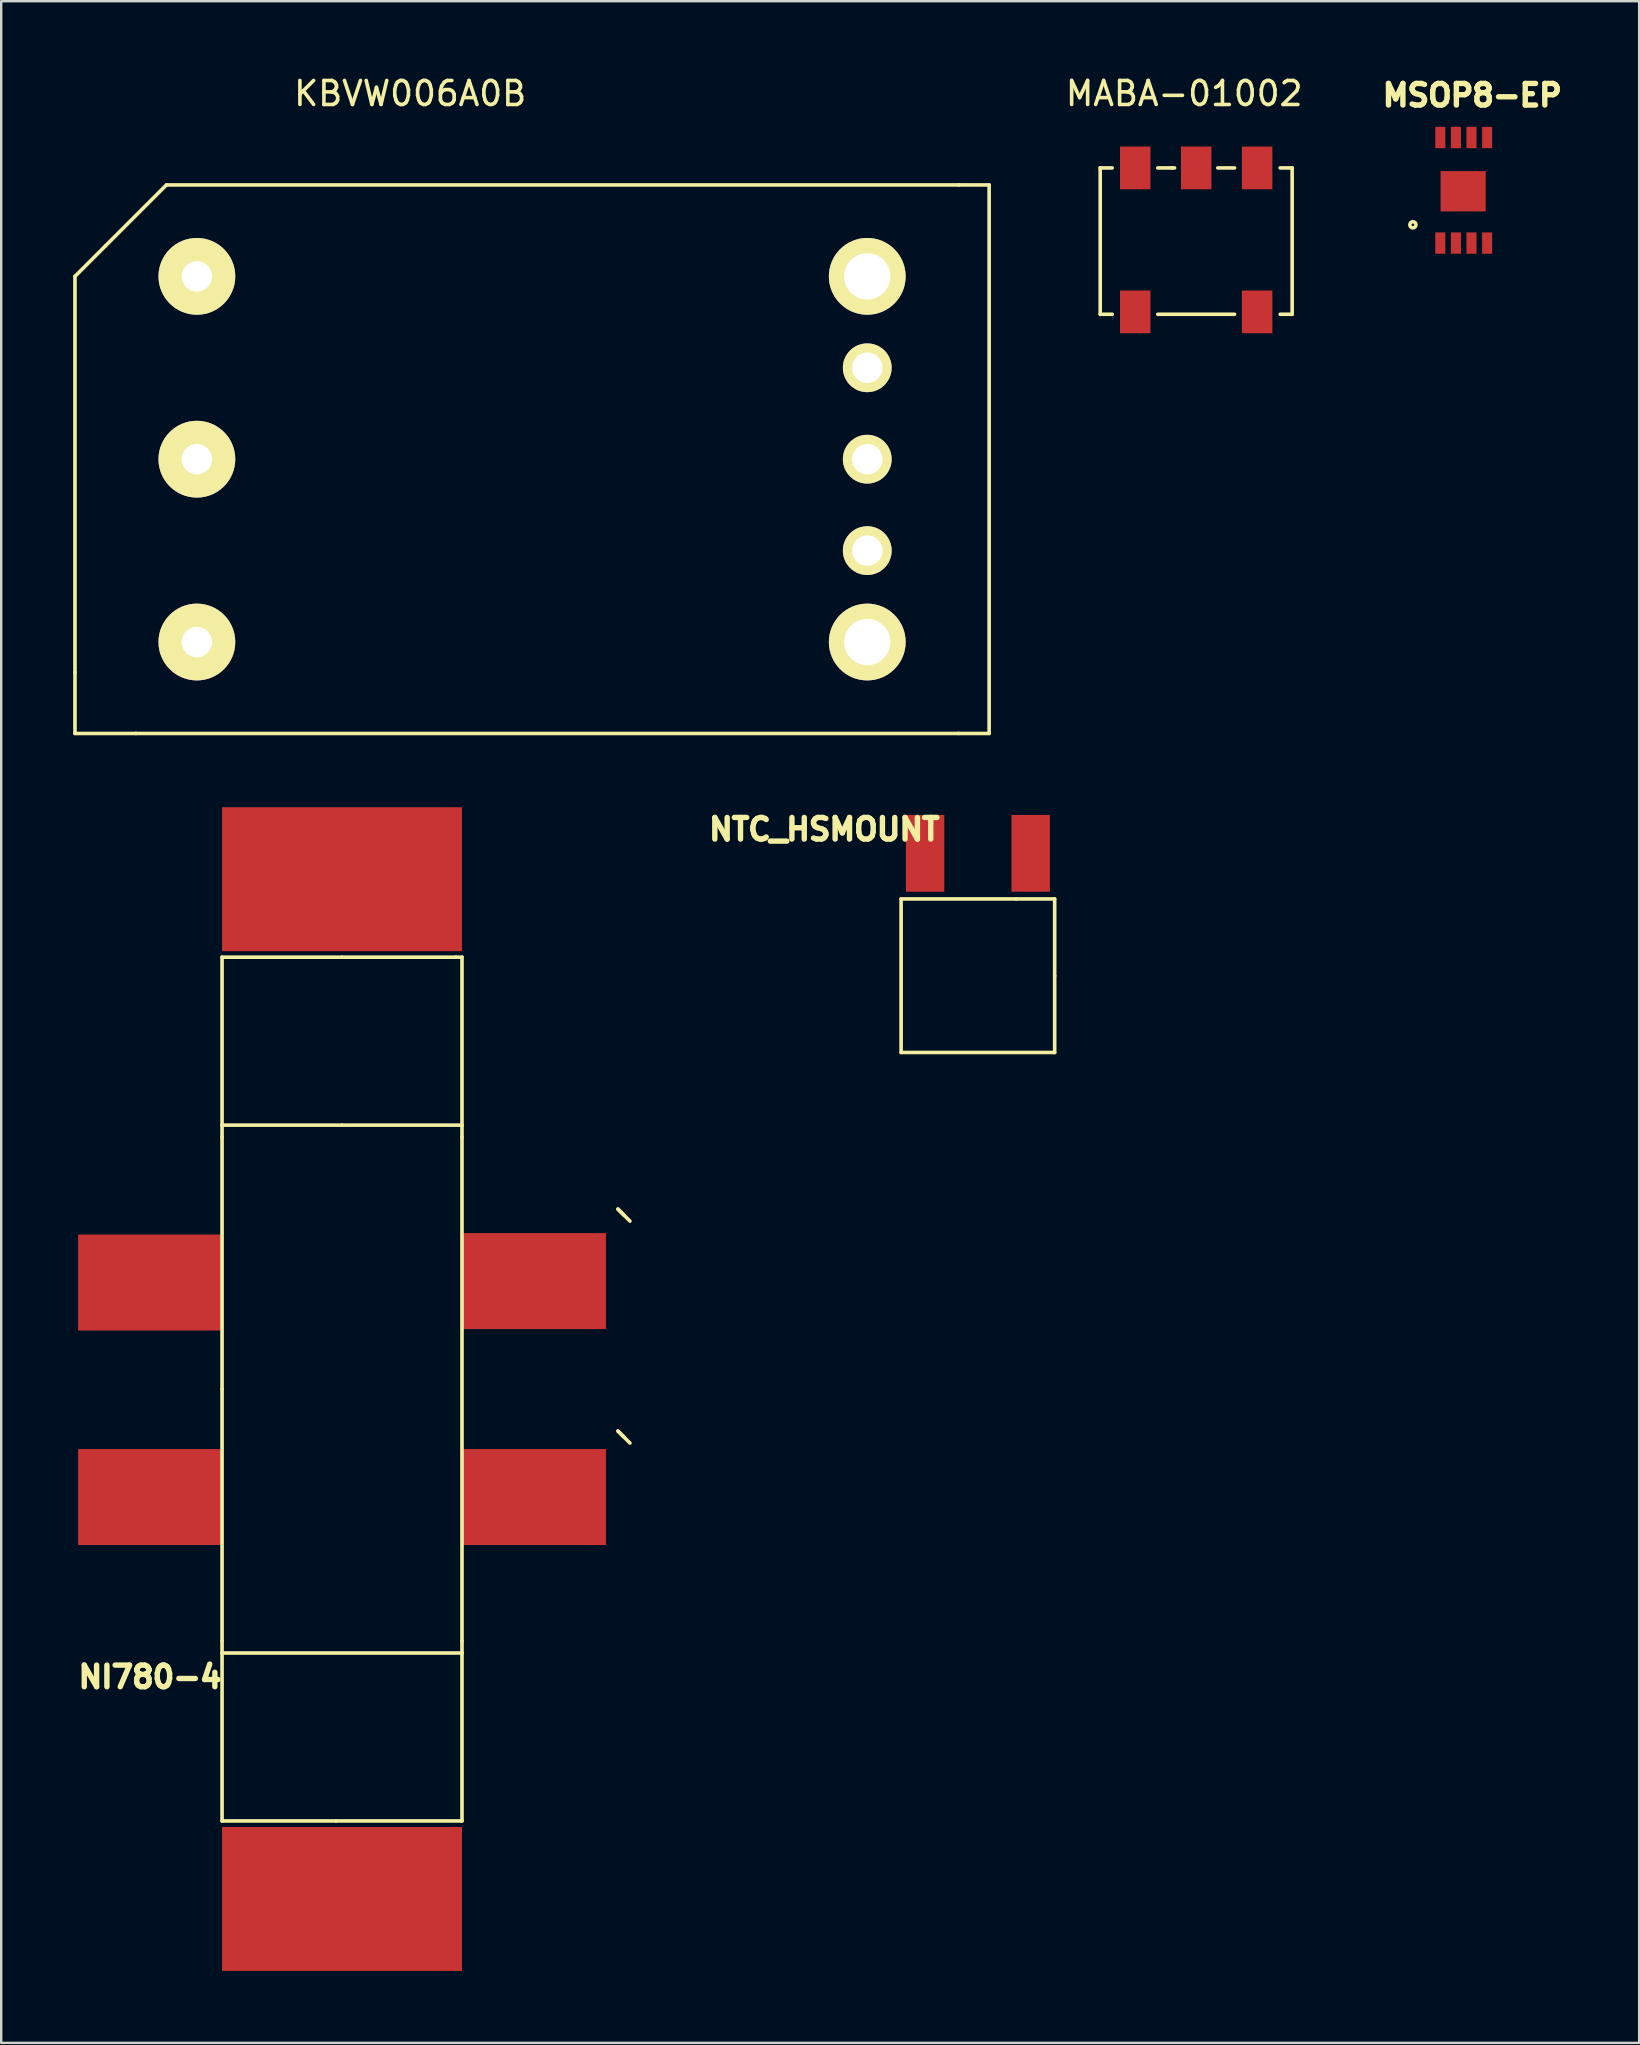
<source format=kicad_pcb>
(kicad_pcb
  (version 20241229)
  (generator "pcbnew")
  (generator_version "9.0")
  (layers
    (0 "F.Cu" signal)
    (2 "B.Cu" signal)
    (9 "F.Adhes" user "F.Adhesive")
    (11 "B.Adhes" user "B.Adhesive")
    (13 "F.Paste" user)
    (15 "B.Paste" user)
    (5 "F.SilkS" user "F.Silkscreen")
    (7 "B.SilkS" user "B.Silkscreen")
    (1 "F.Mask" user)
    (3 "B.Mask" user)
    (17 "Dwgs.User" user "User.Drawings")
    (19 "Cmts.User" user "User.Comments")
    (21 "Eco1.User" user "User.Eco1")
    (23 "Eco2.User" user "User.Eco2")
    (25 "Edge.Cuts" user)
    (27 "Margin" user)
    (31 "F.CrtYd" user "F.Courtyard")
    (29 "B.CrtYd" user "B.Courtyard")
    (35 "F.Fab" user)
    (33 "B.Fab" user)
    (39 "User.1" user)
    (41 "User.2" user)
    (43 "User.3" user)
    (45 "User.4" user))
  (footprint "NI780-4"
    (layer "F.Cu")
    (at 11.205 54.843)
    (property "Reference" "NI780-4" (at -8 12 0) (layer "F.SilkS") (effects (font (size 0.9 0.9) (thickness 0.225))))
    (attr through_hole)
    (fp_line (start -5 -18) (end -5 -11) (stroke (width 0.15) (type solid)) (layer "F.SilkS"))
    (fp_line (start -5 -11) (end -5 -10.5) (stroke (width 0.15) (type solid)) (layer "F.SilkS"))
    (fp_line (start -5 -10.5) (end -5 0) (stroke (width 0.15) (type solid)) (layer "F.SilkS"))
    (fp_line (start -5 0) (end -5 10.5) (stroke (width 0.15) (type solid)) (layer "F.SilkS"))
    (fp_line (start -5 10.5) (end -5 11) (stroke (width 0.15) (type solid)) (layer "F.SilkS"))
    (fp_line (start -5 11) (end 5 11) (stroke (width 0.15) (type solid)) (layer "F.SilkS"))
    (fp_line (start -5 18) (end -5 11) (stroke (width 0.15) (type solid)) (layer "F.SilkS"))
    (fp_line (start -0.25 18) (end -5 18) (stroke (width 0.15) (type solid)) (layer "F.SilkS"))
    (fp_line (start -0.25 18) (end 5 18) (stroke (width 0.15) (type solid)) (layer "F.SilkS"))
    (fp_line (start 0 -18) (end -5 -18) (stroke (width 0.15) (type solid)) (layer "F.SilkS"))
    (fp_line (start 0 -18) (end 4.75 -18) (stroke (width 0.15) (type solid)) (layer "F.SilkS"))
    (fp_line (start 0 -11) (end -5 -11) (stroke (width 0.15) (type solid)) (layer "F.SilkS"))
    (fp_line (start 4.75 -18) (end 5 -18) (stroke (width 0.15) (type solid)) (layer "F.SilkS"))
    (fp_line (start 5 -18) (end 5 -11) (stroke (width 0.15) (type solid)) (layer "F.SilkS"))
    (fp_line (start 5 -11) (end 0 -11) (stroke (width 0.15) (type solid)) (layer "F.SilkS"))
    (fp_line (start 5 -11) (end 5 -10.5) (stroke (width 0.15) (type solid)) (layer "F.SilkS"))
    (fp_line (start 5 10.5) (end 5 -10.5) (stroke (width 0.15) (type solid)) (layer "F.SilkS"))
    (fp_line (start 5 10.5) (end 5 11) (stroke (width 0.15) (type solid)) (layer "F.SilkS"))
    (fp_line (start 5 18) (end 5 11) (stroke (width 0.15) (type solid)) (layer "F.SilkS"))
    (fp_line (start 11.5 -7.5) (end 12 -7) (stroke (width 0.15) (type solid)) (layer "F.SilkS"))
    (fp_line (start 11.5 1.75) (end 12 2.25) (stroke (width 0.15) (type solid)) (layer "F.SilkS"))
    (fp_line (start 11.75 -7.25) (end 11.5 -7.5) (stroke (width 0.15) (type solid)) (layer "F.SilkS"))
    (fp_line (start 11.75 2) (end 11.5 1.75) (stroke (width 0.15) (type solid)) (layer "F.SilkS"))
    (pad "1" smd rect (at -8 -4.44) (size 6 4) (layers "F.Cu" "F.Mask"))
    (pad "2" smd rect (at -8 4.5) (size 6 4) (layers "F.Cu" "F.Mask"))
    (pad "3" smd rect (at 8 4.5) (size 6 4) (layers "F.Cu" "F.Mask"))
    (pad "4" smd rect (at 8 -4.5) (size 6 4) (layers "F.Cu" "F.Mask"))
    (pad "5" smd rect (at 0 21.25) (size 10 6) (layers "F.Cu" "F.Mask"))
    (pad "6" smd rect (at 0 -21.25) (size 10 6) (layers "F.Cu" "F.Mask")))
  (footprint "KBVW006A0B"
    (layer "F.Cu")
    (at 19.125 8.468)
    (property "Reference" "KBVW006A0B" (at -5.08 -7.62 0) (layer "F.SilkS") (effects (font (size 1 1) (thickness 0.15))))
    (attr through_hole)
    (fp_line (start -19.05 0) (end -19.05 16.51) (stroke (width 0.15) (type solid)) (layer "F.SilkS"))
    (fp_line (start -19.05 16.51) (end -19.05 19.05) (stroke (width 0.15) (type solid)) (layer "F.SilkS"))
    (fp_line (start -19.05 19.05) (end -16.51 19.05) (stroke (width 0.15) (type solid)) (layer "F.SilkS"))
    (fp_line (start -17.78 -1.27) (end -19.05 0) (stroke (width 0.15) (type solid)) (layer "F.SilkS"))
    (fp_line (start -16.51 19.05) (end 17.78 19.05) (stroke (width 0.15) (type solid)) (layer "F.SilkS"))
    (fp_line (start -15.24 -3.81) (end -17.78 -1.27) (stroke (width 0.15) (type solid)) (layer "F.SilkS"))
    (fp_line (start 17.78 -3.81) (end -15.24 -3.81) (stroke (width 0.15) (type solid)) (layer "F.SilkS"))
    (fp_line (start 17.78 -3.81) (end 19.05 -3.81) (stroke (width 0.15) (type solid)) (layer "F.SilkS"))
    (fp_line (start 19.05 19.05) (end 17.78 19.05) (stroke (width 0.15) (type solid)) (layer "F.SilkS"))
    (fp_line (start 19.05 19.05) (end 19.05 -3.81) (stroke (width 0.15) (type solid)) (layer "F.SilkS"))
    (pad "1" thru_hole circle (at -13.97 0) (size 3.2 3.2) (drill 1.27) (layers "*.Cu" "*.Mask" "F.SilkS"))
    (pad "2" thru_hole circle (at -13.97 7.62) (size 3.2 3.2) (drill 1.27) (layers "*.Cu" "*.Mask" "F.SilkS"))
    (pad "3" thru_hole circle (at -13.97 15.24) (size 3.2 3.2) (drill 1.27) (layers "*.Cu" "*.Mask" "F.SilkS"))
    (pad "4" thru_hole circle (at 13.97 15.24) (size 3.2 3.2) (drill 1.93) (layers "*.Cu" "*.Mask" "F.SilkS"))
    (pad "5" thru_hole circle (at 13.97 11.43) (size 2.032 2.032) (drill 1.27) (layers "*.Cu" "*.Mask" "F.SilkS"))
    (pad "6" thru_hole circle (at 13.97 7.62) (size 2.032 2.032) (drill 1.27) (layers "*.Cu" "*.Mask" "F.SilkS"))
    (pad "7" thru_hole circle (at 13.97 3.81) (size 2.032 2.032) (drill 1.27) (layers "*.Cu" "*.Mask" "F.SilkS"))
    (pad "8" thru_hole circle (at 13.97 0) (size 3.2 3.2) (drill 1.93) (layers "*.Cu" "*.Mask" "F.SilkS")))
  (footprint "NTC_HSMOUNT"
    (layer "F.Cu")
    (at 37.706 37.615)
    (property "Reference" "NTC_HSMOUNT" (at -6.4 -6.1 180) (layer "F.SilkS") (effects (font (size 0.9 0.9) (thickness 0.225))))
    (attr through_hole)
    (fp_line (start -3.2 -3.2) (end 1.6 -3.2) (stroke (width 0.15) (type solid)) (layer "F.SilkS"))
    (fp_line (start -3.2 3.2) (end -3.2 -3.2) (stroke (width 0.15) (type solid)) (layer "F.SilkS"))
    (fp_line (start -3.2 3.2) (end 3.2 3.2) (stroke (width 0.15) (type solid)) (layer "F.SilkS"))
    (fp_line (start 1.6 -3.2) (end 3.2 -3.2) (stroke (width 0.15) (type solid)) (layer "F.SilkS"))
    (fp_line (start 3.2 -3.2) (end 3.2 0) (stroke (width 0.15) (type solid)) (layer "F.SilkS"))
    (fp_line (start 3.2 0) (end 3.2 3.2) (stroke (width 0.15) (type solid)) (layer "F.SilkS"))
    (pad "1" smd rect (at -2.2 -5.1) (size 1.6 3.2) (layers "F.Cu" "F.Mask" "F.Paste"))
    (pad "2" smd rect (at 2.2 -5.1) (size 1.6 3.2) (layers "F.Cu" "F.Mask" "F.Paste")))
  (footprint "MSOP8-EP"
    (layer "F.Cu")
    (at 57.931 4.922)
    (property "Reference" "MSOP8-EP" (at 0.381 -4 0) (layer "F.SilkS") (effects (font (size 0.9 0.9) (thickness 0.225))))
    (attr through_hole)
    (fp_circle (center -2.095 1.397) (end -2.223 1.397) (stroke (width 0.15) (type solid)) (fill no) (layer "F.SilkS"))
    (pad "1" smd rect (at -0.953 2.159) (size 0.42 0.889) (layers "F.Cu" "F.Mask" "F.Paste"))
    (pad "2" smd rect (at -0.302 2.159) (size 0.42 0.889) (layers "F.Cu" "F.Mask" "F.Paste"))
    (pad "3" smd rect (at 0.347 2.159) (size 0.42 0.889) (layers "F.Cu" "F.Mask" "F.Paste"))
    (pad "4" smd rect (at 0.998 2.159) (size 0.42 0.889) (layers "F.Cu" "F.Mask" "F.Paste"))
    (pad "5" smd rect (at 0.998 -2.241) (size 0.42 0.889) (layers "F.Cu" "F.Mask" "F.Paste"))
    (pad "6" smd rect (at 0.347 -2.241) (size 0.42 0.889) (layers "F.Cu" "F.Mask" "F.Paste"))
    (pad "7" smd rect (at -0.302 -2.241) (size 0.42 0.889) (layers "F.Cu" "F.Mask" "F.Paste"))
    (pad "8" smd rect (at -0.953 -2.241) (size 0.42 0.889) (layers "F.Cu" "F.Mask" "F.Paste"))
    (pad "9" smd rect (at 0 0) (size 1.88 1.68) (layers "F.Cu" "F.Mask" "F.Paste")))
  (footprint "MABA-01002"
    (layer "F.Cu")
    (at 46.804 6.948)
    (property "Reference" "MABA-01002" (at -0.5 -6.1 0) (layer "F.SilkS") (effects (font (size 1 1) (thickness 0.15))))
    (attr through_hole)
    (fp_line (start -4 -3) (end -4 3.1) (stroke (width 0.15) (type solid)) (layer "F.SilkS"))
    (fp_line (start -4 3.1) (end -3.5 3.1) (stroke (width 0.15) (type solid)) (layer "F.SilkS"))
    (fp_line (start -3.5 -3) (end -4 -3) (stroke (width 0.15) (type solid)) (layer "F.SilkS"))
    (fp_line (start -1.6 -3) (end -1 -3) (stroke (width 0.15) (type solid)) (layer "F.SilkS"))
    (fp_line (start -1.6 3.1) (end 1.6 3.1) (stroke (width 0.15) (type solid)) (layer "F.SilkS"))
    (fp_line (start -1 -3) (end -0.9 -3) (stroke (width 0.15) (type solid)) (layer "F.SilkS"))
    (fp_line (start 0.9 -3) (end 1.6 -3) (stroke (width 0.15) (type solid)) (layer "F.SilkS"))
    (fp_line (start 3.5 3.1) (end 4 3.1) (stroke (width 0.15) (type solid)) (layer "F.SilkS"))
    (fp_line (start 4 -3) (end 3.5 -3) (stroke (width 0.15) (type solid)) (layer "F.SilkS"))
    (fp_line (start 4 3.1) (end 4 -3) (stroke (width 0.15) (type solid)) (layer "F.SilkS"))
    (pad "1" smd rect (at -2.54 -3) (size 1.27 1.78) (layers "F.Cu" "F.Mask" "F.Paste"))
    (pad "2" smd rect (at 0 -3) (size 1.27 1.78) (layers "F.Cu" "F.Mask" "F.Paste"))
    (pad "3" smd rect (at 2.54 -3) (size 1.27 1.78) (layers "F.Cu" "F.Mask" "F.Paste"))
    (pad "4" smd rect (at 2.54 3) (size 1.27 1.78) (layers "F.Cu" "F.Mask" "F.Paste"))
    (pad "5" smd rect (at -2.54 3) (size 1.27 1.78) (layers "F.Cu" "F.Mask" "F.Paste")))
  (gr_rect
    (start -3 -3)
    (end 65.266 82.093)
    (stroke (width 0.1) (type default))
    (fill no)
    (layer "Edge.Cuts")))
</source>
